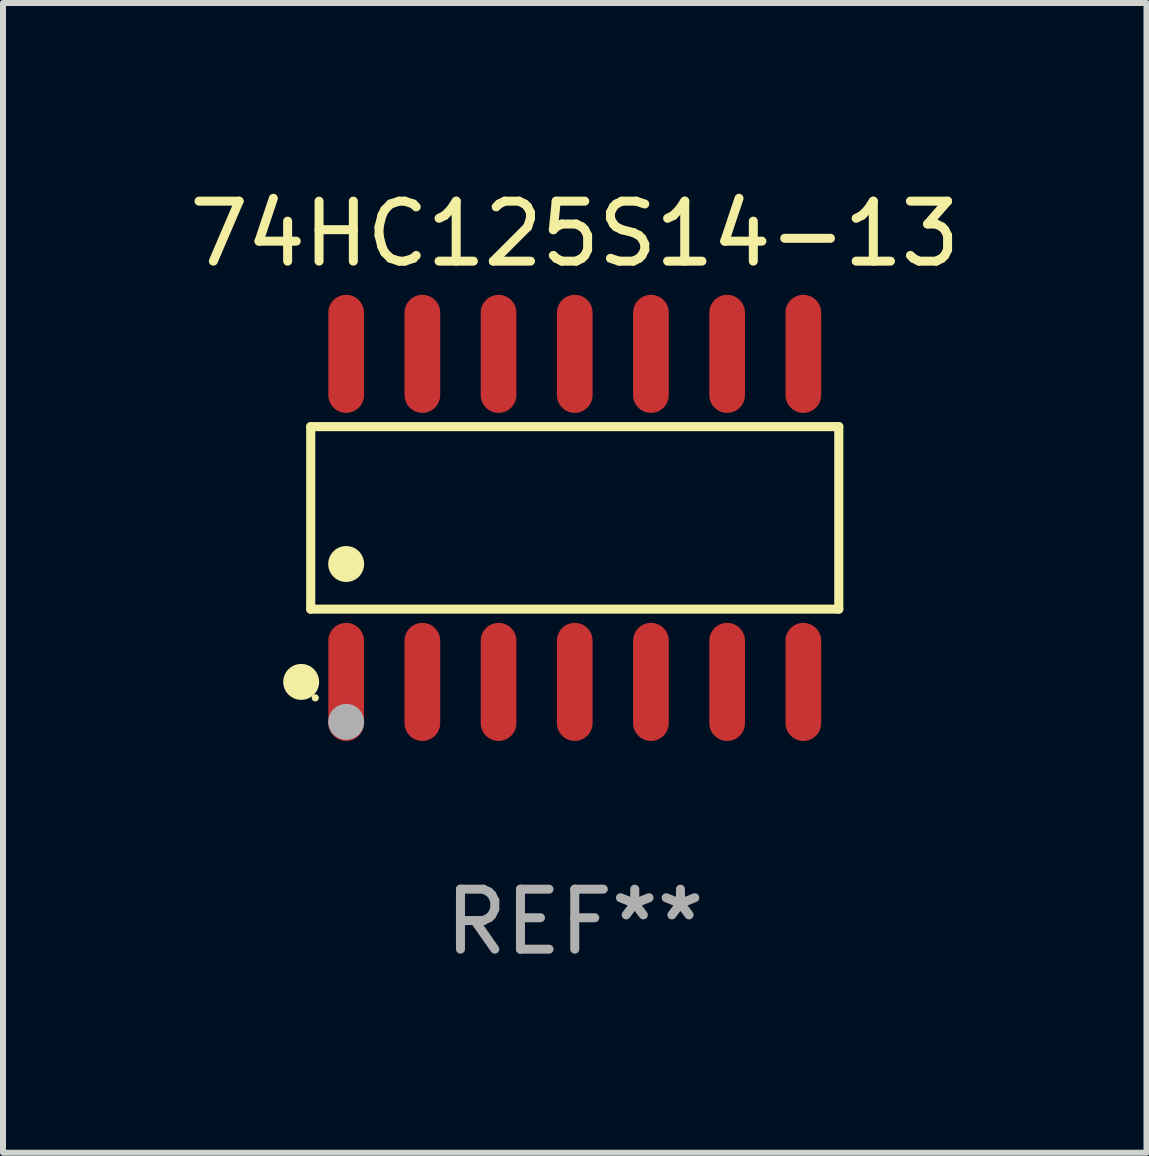
<source format=kicad_pcb>
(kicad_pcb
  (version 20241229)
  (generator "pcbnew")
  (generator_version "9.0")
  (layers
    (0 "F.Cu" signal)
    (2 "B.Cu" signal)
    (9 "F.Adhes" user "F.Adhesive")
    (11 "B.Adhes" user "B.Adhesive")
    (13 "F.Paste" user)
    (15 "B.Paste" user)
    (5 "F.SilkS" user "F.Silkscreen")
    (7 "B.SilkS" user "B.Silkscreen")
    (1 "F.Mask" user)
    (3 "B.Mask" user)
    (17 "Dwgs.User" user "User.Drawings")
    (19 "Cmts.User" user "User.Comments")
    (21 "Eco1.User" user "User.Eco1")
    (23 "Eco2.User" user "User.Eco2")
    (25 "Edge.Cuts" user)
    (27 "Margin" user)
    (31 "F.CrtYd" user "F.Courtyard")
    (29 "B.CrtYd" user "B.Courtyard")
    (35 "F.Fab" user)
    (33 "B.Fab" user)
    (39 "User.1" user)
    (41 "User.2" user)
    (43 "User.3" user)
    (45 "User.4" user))
  (footprint "74HC125S14-13"
    (layer "F.Cu")
    (at 6.53 5.582)
    (property "Reference" "74HC125S14-13" (at 0 -4.734 0) (layer "F.SilkS") (effects (font (size 1 1) (thickness 0.15))))
    (attr through_hole)
    (fp_line (start -4.401 -1.521) (end 4.401 -1.521) (stroke (width 0.152) (type solid)) (layer "F.SilkS"))
    (fp_line (start -4.401 1.521) (end -4.401 -1.521) (stroke (width 0.152) (type solid)) (layer "F.SilkS"))
    (fp_line (start 4.401 -1.521) (end 4.401 1.521) (stroke (width 0.152) (type solid)) (layer "F.SilkS"))
    (fp_line (start 4.401 1.521) (end -4.401 1.521) (stroke (width 0.152) (type solid)) (layer "F.SilkS"))
    (fp_circle (center -4.56 2.734) (end -4.41 2.734) (stroke (width 0.3) (type solid)) (fill no) (layer "F.SilkS"))
    (fp_circle (center -4.325 3) (end -4.295 3) (stroke (width 0.06) (type solid)) (fill no) (layer "F.SilkS"))
    (fp_circle (center -3.81 0.769) (end -3.66 0.769) (stroke (width 0.3) (type solid)) (fill no) (layer "F.SilkS"))
    (fp_circle (center -3.81 3.4) (end -3.66 3.4) (stroke (width 0.3) (type solid)) (fill no) (layer "F.Fab"))
    (fp_text user "REF**" (at 0 6.734 0) (layer "F.Fab") (effects (font (size 1 1) (thickness 0.15))))
    (pad "1" smd oval (at -3.81 2.734) (size 0.595 1.968) (layers "F.Cu" "F.Mask" "F.Paste"))
    (pad "2" smd oval (at -2.54 2.734) (size 0.595 1.968) (layers "F.Cu" "F.Mask" "F.Paste"))
    (pad "3" smd oval (at -1.27 2.734) (size 0.595 1.968) (layers "F.Cu" "F.Mask" "F.Paste"))
    (pad "4" smd oval (at 0 2.734) (size 0.595 1.968) (layers "F.Cu" "F.Mask" "F.Paste"))
    (pad "5" smd oval (at 1.27 2.734) (size 0.595 1.968) (layers "F.Cu" "F.Mask" "F.Paste"))
    (pad "6" smd oval (at 2.54 2.734) (size 0.595 1.968) (layers "F.Cu" "F.Mask" "F.Paste"))
    (pad "7" smd oval (at 3.81 2.734) (size 0.595 1.968) (layers "F.Cu" "F.Mask" "F.Paste"))
    (pad "8" smd oval (at 3.81 -2.734) (size 0.595 1.968) (layers "F.Cu" "F.Mask" "F.Paste"))
    (pad "9" smd oval (at 2.54 -2.734) (size 0.595 1.968) (layers "F.Cu" "F.Mask" "F.Paste"))
    (pad "10" smd oval (at 1.27 -2.734) (size 0.595 1.968) (layers "F.Cu" "F.Mask" "F.Paste"))
    (pad "11" smd oval (at 0 -2.734) (size 0.595 1.968) (layers "F.Cu" "F.Mask" "F.Paste"))
    (pad "12" smd oval (at -1.27 -2.734) (size 0.595 1.968) (layers "F.Cu" "F.Mask" "F.Paste"))
    (pad "13" smd oval (at -2.54 -2.734) (size 0.595 1.968) (layers "F.Cu" "F.Mask" "F.Paste"))
    (pad "14" smd oval (at -3.81 -2.734) (size 0.595 1.968) (layers "F.Cu" "F.Mask" "F.Paste")))
  (gr_rect
    (start -3 -3)
    (end 16.06 16.164)
    (stroke (width 0.1) (type default))
    (fill no)
    (layer "Edge.Cuts")))
</source>
